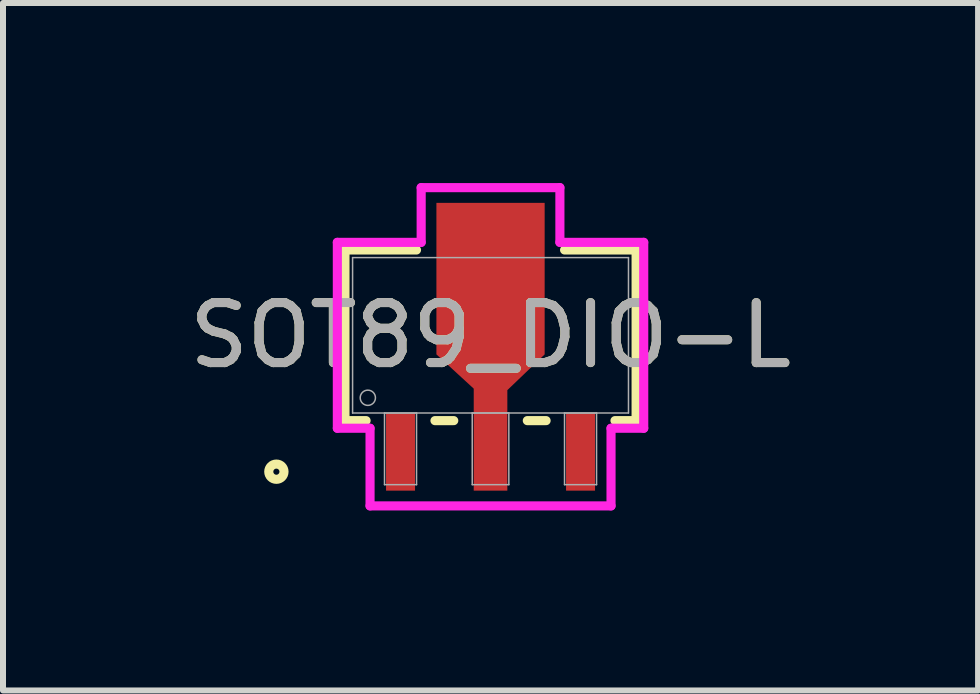
<source format=kicad_pcb>
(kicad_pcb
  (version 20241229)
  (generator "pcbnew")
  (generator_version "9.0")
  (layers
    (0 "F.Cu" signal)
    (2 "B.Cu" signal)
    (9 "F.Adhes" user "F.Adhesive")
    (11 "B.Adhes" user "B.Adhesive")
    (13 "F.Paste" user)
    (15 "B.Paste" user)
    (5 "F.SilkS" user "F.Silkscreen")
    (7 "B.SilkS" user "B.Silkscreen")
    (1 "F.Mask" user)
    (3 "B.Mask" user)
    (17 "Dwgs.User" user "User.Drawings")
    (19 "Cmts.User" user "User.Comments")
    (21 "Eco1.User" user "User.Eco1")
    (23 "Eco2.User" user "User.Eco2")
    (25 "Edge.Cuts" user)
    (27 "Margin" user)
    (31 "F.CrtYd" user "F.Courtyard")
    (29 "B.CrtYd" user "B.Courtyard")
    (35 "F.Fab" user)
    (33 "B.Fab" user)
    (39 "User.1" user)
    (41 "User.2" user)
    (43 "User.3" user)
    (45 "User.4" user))
  (footprint "SOT89_DIO-L"
    (layer "F.Cu")
    (at 5.125 2.538)
    (property "Reference" "SOT89_DIO-L" (at 0 0 0) (unlocked yes) (layer "F.SilkS") (effects (font (size 1 1) (thickness 0.15))))
    (attr smd)
    (fp_poly (pts (xy -0.28 1.295) (xy -0.28 0.889) (xy -0.902 0.318) (xy -0.902 -2.207) (xy 0.902 -2.207) (xy 0.902 0.318) (xy 0.28 0.914) (xy 0.28 1.295)) (stroke (width 0) (type solid)) (fill yes) (layer "F.Cu"))
    (fp_poly (pts (xy -0.28 1.27) (xy -0.28 0.889) (xy -0.877 0.292) (xy -0.877 -2.157) (xy 0.877 -2.157) (xy 0.877 0.292) (xy 0.28 0.889) (xy 0.28 1.27)) (stroke (width 0) (type solid)) (fill yes) (layer "F.Mask"))
    (fp_line (start -2.426 -1.422) (end -2.426 1.422) (stroke (width 0.152) (type solid)) (layer "F.SilkS"))
    (fp_line (start -2.426 1.422) (end -2.074 1.422) (stroke (width 0.152) (type solid)) (layer "F.SilkS"))
    (fp_line (start -1.234 -1.422) (end -2.426 -1.422) (stroke (width 0.152) (type solid)) (layer "F.SilkS"))
    (fp_line (start -0.926 1.422) (end -0.613 1.422) (stroke (width 0.152) (type solid)) (layer "F.SilkS"))
    (fp_line (start 0.613 1.422) (end 0.926 1.422) (stroke (width 0.152) (type solid)) (layer "F.SilkS"))
    (fp_line (start 2.074 1.422) (end 2.426 1.422) (stroke (width 0.152) (type solid)) (layer "F.SilkS"))
    (fp_line (start 2.426 -1.422) (end 1.234 -1.422) (stroke (width 0.152) (type solid)) (layer "F.SilkS"))
    (fp_line (start 2.426 1.422) (end 2.426 -1.422) (stroke (width 0.152) (type solid)) (layer "F.SilkS"))
    (fp_circle (center -3.569 2.273) (end -3.442 2.273) (stroke (width 0.152) (type solid)) (fill no) (layer "F.SilkS"))
    (fp_poly (pts (xy -0.28 1.27) (xy -0.28 0.889) (xy -0.877 0.292) (xy -0.877 -2.157) (xy 0.877 -2.157) (xy 0.877 0.292) (xy 0.28 0.889) (xy 0.28 1.27)) (stroke (width 0) (type solid)) (fill yes) (layer "F.Paste"))
    (fp_line (start -2.553 -1.549) (end -1.156 -1.549) (stroke (width 0.152) (type solid)) (layer "F.CrtYd"))
    (fp_line (start -2.553 1.549) (end -2.553 -1.549) (stroke (width 0.152) (type solid)) (layer "F.CrtYd"))
    (fp_line (start -2.008 1.549) (end -2.553 1.549) (stroke (width 0.152) (type solid)) (layer "F.CrtYd"))
    (fp_line (start -2.008 2.843) (end -2.008 1.549) (stroke (width 0.152) (type solid)) (layer "F.CrtYd"))
    (fp_line (start -1.156 -2.461) (end 1.156 -2.461) (stroke (width 0.152) (type solid)) (layer "F.CrtYd"))
    (fp_line (start -1.156 -1.549) (end -1.156 -2.461) (stroke (width 0.152) (type solid)) (layer "F.CrtYd"))
    (fp_line (start 1.156 -2.461) (end 1.156 -1.549) (stroke (width 0.152) (type solid)) (layer "F.CrtYd"))
    (fp_line (start 1.156 -1.549) (end 2.553 -1.549) (stroke (width 0.152) (type solid)) (layer "F.CrtYd"))
    (fp_line (start 2.008 1.549) (end 2.008 2.843) (stroke (width 0.152) (type solid)) (layer "F.CrtYd"))
    (fp_line (start 2.008 2.843) (end -2.008 2.843) (stroke (width 0.152) (type solid)) (layer "F.CrtYd"))
    (fp_line (start 2.553 -1.549) (end 2.553 1.549) (stroke (width 0.152) (type solid)) (layer "F.CrtYd"))
    (fp_line (start 2.553 1.549) (end 2.008 1.549) (stroke (width 0.152) (type solid)) (layer "F.CrtYd"))
    (fp_line (start -2.299 -1.295) (end -2.299 1.295) (stroke (width 0.025) (type solid)) (layer "F.Fab"))
    (fp_line (start -2.299 1.295) (end 2.299 1.295) (stroke (width 0.025) (type solid)) (layer "F.Fab"))
    (fp_line (start -1.767 1.295) (end -1.767 2.489) (stroke (width 0.025) (type solid)) (layer "F.Fab"))
    (fp_line (start -1.767 2.489) (end -1.233 2.489) (stroke (width 0.025) (type solid)) (layer "F.Fab"))
    (fp_line (start -1.233 1.295) (end -1.767 1.295) (stroke (width 0.025) (type solid)) (layer "F.Fab"))
    (fp_line (start -1.233 2.489) (end -1.233 1.295) (stroke (width 0.025) (type solid)) (layer "F.Fab"))
    (fp_line (start -0.305 1.295) (end -0.305 2.489) (stroke (width 0.025) (type solid)) (layer "F.Fab"))
    (fp_line (start -0.305 2.489) (end 0.305 2.489) (stroke (width 0.025) (type solid)) (layer "F.Fab"))
    (fp_line (start 0.305 1.295) (end -0.305 1.295) (stroke (width 0.025) (type solid)) (layer "F.Fab"))
    (fp_line (start 0.305 2.489) (end 0.305 1.295) (stroke (width 0.025) (type solid)) (layer "F.Fab"))
    (fp_line (start 1.233 1.295) (end 1.233 2.489) (stroke (width 0.025) (type solid)) (layer "F.Fab"))
    (fp_line (start 1.233 2.489) (end 1.767 2.489) (stroke (width 0.025) (type solid)) (layer "F.Fab"))
    (fp_line (start 1.767 1.295) (end 1.233 1.295) (stroke (width 0.025) (type solid)) (layer "F.Fab"))
    (fp_line (start 1.767 2.489) (end 1.767 1.295) (stroke (width 0.025) (type solid)) (layer "F.Fab"))
    (fp_line (start 2.299 -1.295) (end -2.299 -1.295) (stroke (width 0.025) (type solid)) (layer "F.Fab"))
    (fp_line (start 2.299 1.295) (end 2.299 -1.295) (stroke (width 0.025) (type solid)) (layer "F.Fab"))
    (fp_circle (center -2.045 1.041) (end -1.918 1.041) (stroke (width 0.025) (type solid)) (fill no) (layer "F.Fab"))
    (fp_text user "${REFERENCE}" (at 0 0 0) (unlocked yes) (layer "F.Fab") (effects (font (size 1 1) (thickness 0.15))))
    (pad "1" smd rect (at -1.5 1.942) (size 0.483 1.294) (layers "F.Cu" "F.Mask" "F.Paste"))
    (pad "2" smd rect (at 0 1.942) (size 0.56 1.294) (layers "F.Cu" "F.Mask" "F.Paste"))
    (pad "3" smd rect (at 1.5 1.942) (size 0.483 1.294) (layers "F.Cu" "F.Mask" "F.Paste")))
  (gr_rect
    (start -3 -3)
    (end 13.25 8.457)
    (stroke (width 0.1) (type default))
    (fill no)
    (layer "Edge.Cuts")))
</source>
